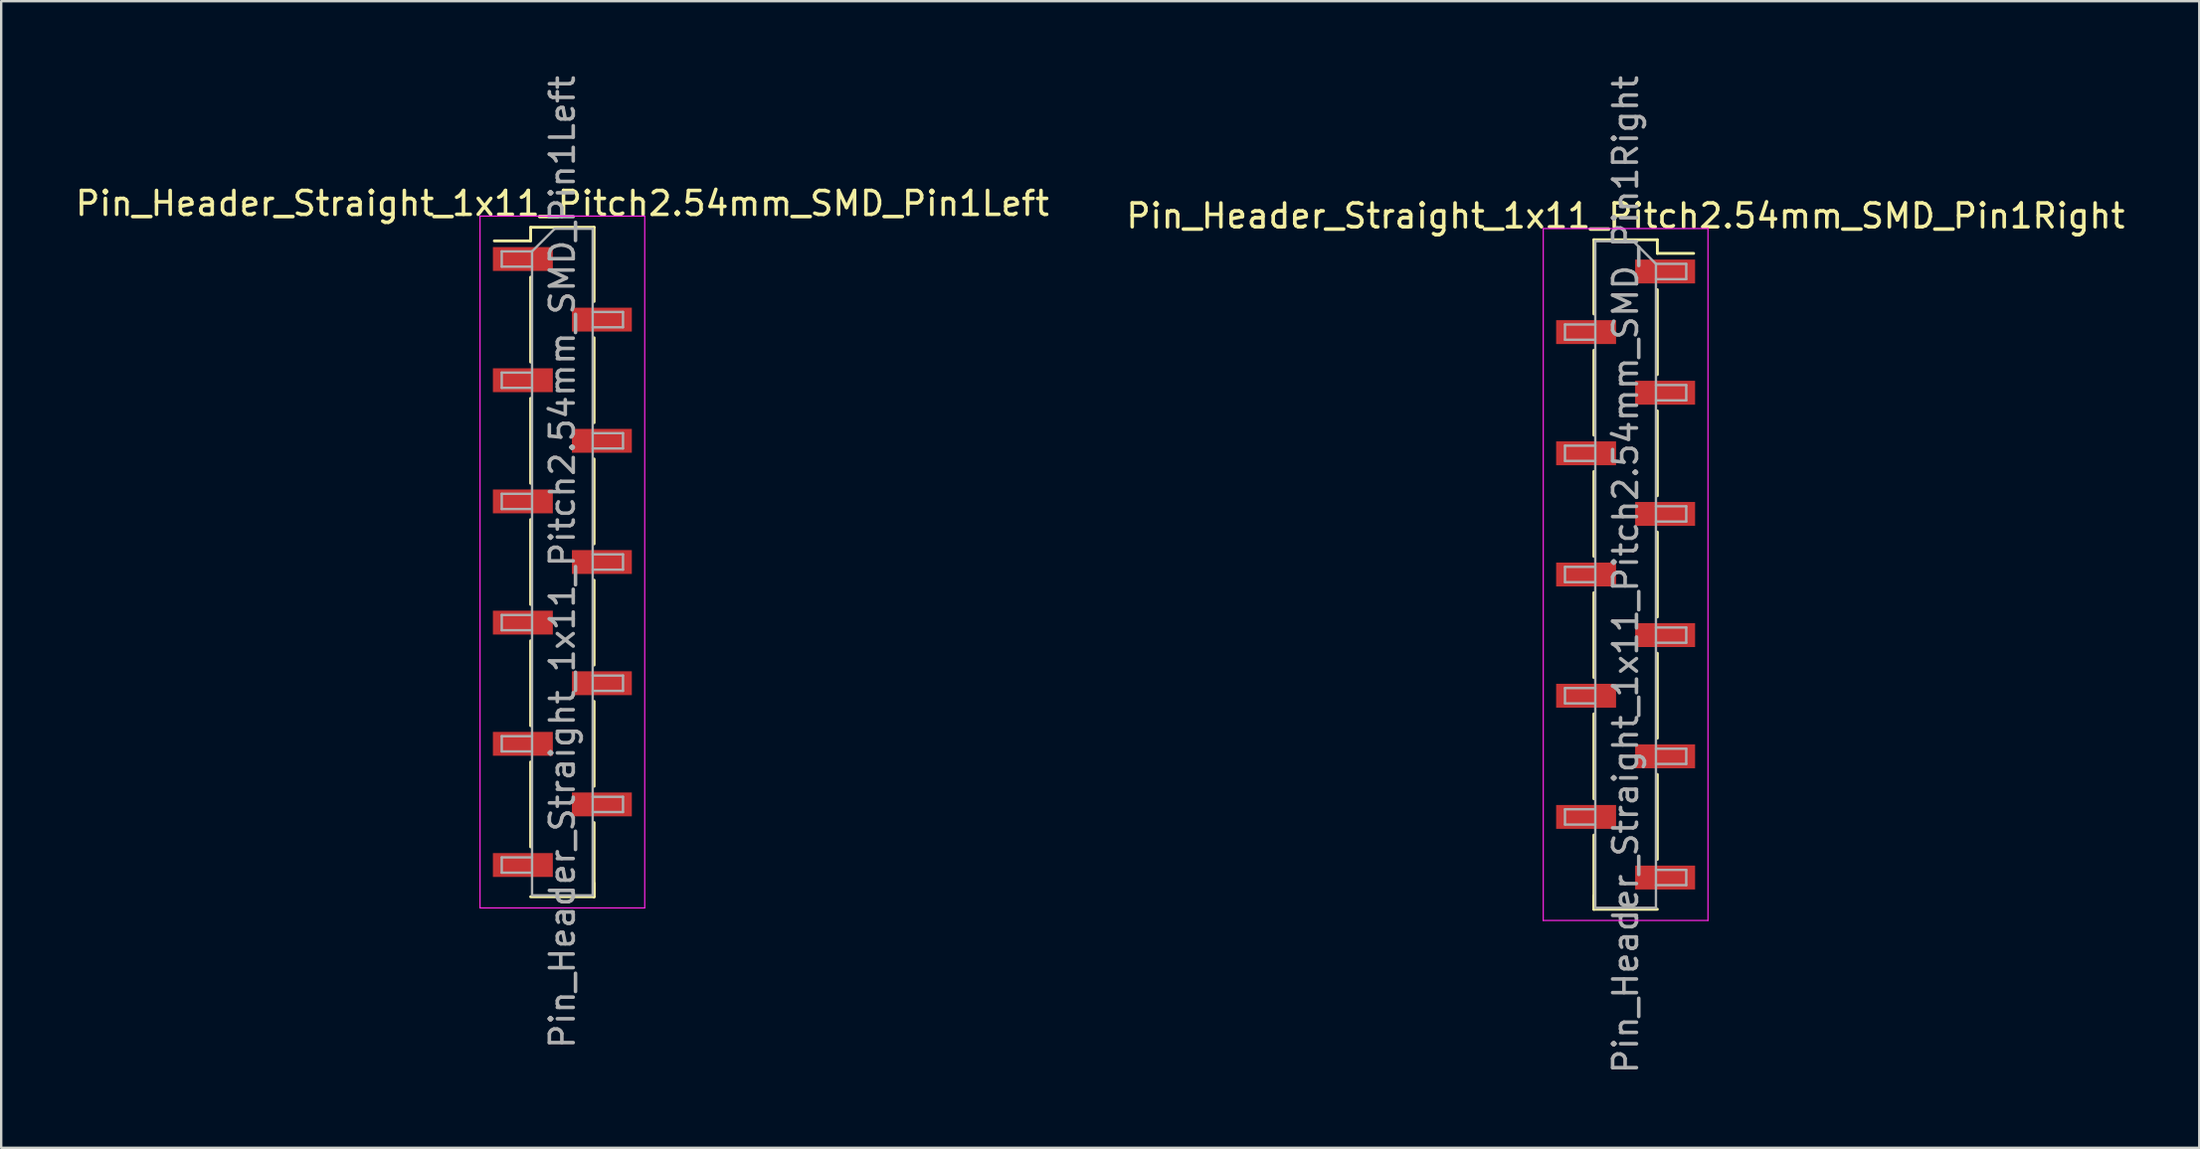
<source format=kicad_pcb>
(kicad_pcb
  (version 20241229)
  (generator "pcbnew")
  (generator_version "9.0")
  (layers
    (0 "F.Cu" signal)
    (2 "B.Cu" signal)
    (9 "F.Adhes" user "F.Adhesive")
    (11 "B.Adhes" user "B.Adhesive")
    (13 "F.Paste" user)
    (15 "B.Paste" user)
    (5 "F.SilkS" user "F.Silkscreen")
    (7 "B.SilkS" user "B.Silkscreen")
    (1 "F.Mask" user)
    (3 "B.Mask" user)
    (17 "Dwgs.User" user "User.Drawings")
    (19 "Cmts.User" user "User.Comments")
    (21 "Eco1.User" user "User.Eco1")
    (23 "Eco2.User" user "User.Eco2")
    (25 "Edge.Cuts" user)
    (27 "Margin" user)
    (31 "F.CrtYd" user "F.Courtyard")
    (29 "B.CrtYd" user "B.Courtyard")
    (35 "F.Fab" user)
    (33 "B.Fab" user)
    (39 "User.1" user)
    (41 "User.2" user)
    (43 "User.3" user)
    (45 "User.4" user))
  (footprint "Pin_Header_Straight_1x11_Pitch2.54mm_SMD_Pin1Left"
    (layer "F.Cu")
    (at 20.506 20.506)
    (property "Reference" "Pin_Header_Straight_1x11_Pitch2.54mm_SMD_Pin1Left" (at 0 -15.03 0) (layer "F.SilkS") (effects (font (size 1 1) (thickness 0.15))))
    (attr smd)
    (fp_line (start -1.33 -14.03) (end -1.33 -13.46) (stroke (width 0.12) (type solid)) (layer "F.SilkS"))
    (fp_line (start -1.33 -14.03) (end 1.33 -14.03) (stroke (width 0.12) (type solid)) (layer "F.SilkS"))
    (fp_line (start -1.33 -13.46) (end -2.85 -13.46) (stroke (width 0.12) (type solid)) (layer "F.SilkS"))
    (fp_line (start -1.33 -11.94) (end -1.33 -8.38) (stroke (width 0.12) (type solid)) (layer "F.SilkS"))
    (fp_line (start -1.33 -6.86) (end -1.33 -3.3) (stroke (width 0.12) (type solid)) (layer "F.SilkS"))
    (fp_line (start -1.33 -1.78) (end -1.33 1.78) (stroke (width 0.12) (type solid)) (layer "F.SilkS"))
    (fp_line (start -1.33 3.3) (end -1.33 6.86) (stroke (width 0.12) (type solid)) (layer "F.SilkS"))
    (fp_line (start -1.33 8.38) (end -1.33 11.94) (stroke (width 0.12) (type solid)) (layer "F.SilkS"))
    (fp_line (start -1.33 14.03) (end 1.33 14.03) (stroke (width 0.12) (type solid)) (layer "F.SilkS"))
    (fp_line (start 1.33 -14.03) (end 1.33 -10.92) (stroke (width 0.12) (type solid)) (layer "F.SilkS"))
    (fp_line (start 1.33 -9.4) (end 1.33 -5.84) (stroke (width 0.12) (type solid)) (layer "F.SilkS"))
    (fp_line (start 1.33 -4.32) (end 1.33 -0.76) (stroke (width 0.12) (type solid)) (layer "F.SilkS"))
    (fp_line (start 1.33 0.76) (end 1.33 4.32) (stroke (width 0.12) (type solid)) (layer "F.SilkS"))
    (fp_line (start 1.33 5.84) (end 1.33 9.4) (stroke (width 0.12) (type solid)) (layer "F.SilkS"))
    (fp_line (start 1.33 10.92) (end 1.33 14.03) (stroke (width 0.12) (type solid)) (layer "F.SilkS"))
    (fp_line (start 1.33 13.46) (end 1.33 14.03) (stroke (width 0.12) (type solid)) (layer "F.SilkS"))
    (fp_line (start -3.45 -14.5) (end -3.45 14.5) (stroke (width 0.05) (type solid)) (layer "F.CrtYd"))
    (fp_line (start -3.45 14.5) (end 3.45 14.5) (stroke (width 0.05) (type solid)) (layer "F.CrtYd"))
    (fp_line (start 3.45 -14.5) (end -3.45 -14.5) (stroke (width 0.05) (type solid)) (layer "F.CrtYd"))
    (fp_line (start 3.45 14.5) (end 3.45 -14.5) (stroke (width 0.05) (type solid)) (layer "F.CrtYd"))
    (fp_line (start -2.54 -13.02) (end -2.54 -12.38) (stroke (width 0.1) (type solid)) (layer "F.Fab"))
    (fp_line (start -2.54 -12.38) (end -1.27 -12.38) (stroke (width 0.1) (type solid)) (layer "F.Fab"))
    (fp_line (start -2.54 -7.94) (end -2.54 -7.3) (stroke (width 0.1) (type solid)) (layer "F.Fab"))
    (fp_line (start -2.54 -7.3) (end -1.27 -7.3) (stroke (width 0.1) (type solid)) (layer "F.Fab"))
    (fp_line (start -2.54 -2.86) (end -2.54 -2.22) (stroke (width 0.1) (type solid)) (layer "F.Fab"))
    (fp_line (start -2.54 -2.22) (end -1.27 -2.22) (stroke (width 0.1) (type solid)) (layer "F.Fab"))
    (fp_line (start -2.54 2.22) (end -2.54 2.86) (stroke (width 0.1) (type solid)) (layer "F.Fab"))
    (fp_line (start -2.54 2.86) (end -1.27 2.86) (stroke (width 0.1) (type solid)) (layer "F.Fab"))
    (fp_line (start -2.54 7.3) (end -2.54 7.94) (stroke (width 0.1) (type solid)) (layer "F.Fab"))
    (fp_line (start -2.54 7.94) (end -1.27 7.94) (stroke (width 0.1) (type solid)) (layer "F.Fab"))
    (fp_line (start -2.54 12.38) (end -2.54 13.02) (stroke (width 0.1) (type solid)) (layer "F.Fab"))
    (fp_line (start -2.54 13.02) (end -1.27 13.02) (stroke (width 0.1) (type solid)) (layer "F.Fab"))
    (fp_line (start -1.27 -13.02) (end -2.54 -13.02) (stroke (width 0.1) (type solid)) (layer "F.Fab"))
    (fp_line (start -1.27 -13.02) (end -0.32 -13.97) (stroke (width 0.1) (type solid)) (layer "F.Fab"))
    (fp_line (start -1.27 -7.94) (end -2.54 -7.94) (stroke (width 0.1) (type solid)) (layer "F.Fab"))
    (fp_line (start -1.27 -2.86) (end -2.54 -2.86) (stroke (width 0.1) (type solid)) (layer "F.Fab"))
    (fp_line (start -1.27 2.22) (end -2.54 2.22) (stroke (width 0.1) (type solid)) (layer "F.Fab"))
    (fp_line (start -1.27 7.3) (end -2.54 7.3) (stroke (width 0.1) (type solid)) (layer "F.Fab"))
    (fp_line (start -1.27 12.38) (end -2.54 12.38) (stroke (width 0.1) (type solid)) (layer "F.Fab"))
    (fp_line (start -1.27 13.97) (end -1.27 -13.02) (stroke (width 0.1) (type solid)) (layer "F.Fab"))
    (fp_line (start -0.32 -13.97) (end 1.27 -13.97) (stroke (width 0.1) (type solid)) (layer "F.Fab"))
    (fp_line (start 1.27 -13.97) (end 1.27 13.97) (stroke (width 0.1) (type solid)) (layer "F.Fab"))
    (fp_line (start 1.27 -10.48) (end 2.54 -10.48) (stroke (width 0.1) (type solid)) (layer "F.Fab"))
    (fp_line (start 1.27 -5.4) (end 2.54 -5.4) (stroke (width 0.1) (type solid)) (layer "F.Fab"))
    (fp_line (start 1.27 -0.32) (end 2.54 -0.32) (stroke (width 0.1) (type solid)) (layer "F.Fab"))
    (fp_line (start 1.27 4.76) (end 2.54 4.76) (stroke (width 0.1) (type solid)) (layer "F.Fab"))
    (fp_line (start 1.27 9.84) (end 2.54 9.84) (stroke (width 0.1) (type solid)) (layer "F.Fab"))
    (fp_line (start 1.27 13.97) (end -1.27 13.97) (stroke (width 0.1) (type solid)) (layer "F.Fab"))
    (fp_line (start 2.54 -10.48) (end 2.54 -9.84) (stroke (width 0.1) (type solid)) (layer "F.Fab"))
    (fp_line (start 2.54 -9.84) (end 1.27 -9.84) (stroke (width 0.1) (type solid)) (layer "F.Fab"))
    (fp_line (start 2.54 -5.4) (end 2.54 -4.76) (stroke (width 0.1) (type solid)) (layer "F.Fab"))
    (fp_line (start 2.54 -4.76) (end 1.27 -4.76) (stroke (width 0.1) (type solid)) (layer "F.Fab"))
    (fp_line (start 2.54 -0.32) (end 2.54 0.32) (stroke (width 0.1) (type solid)) (layer "F.Fab"))
    (fp_line (start 2.54 0.32) (end 1.27 0.32) (stroke (width 0.1) (type solid)) (layer "F.Fab"))
    (fp_line (start 2.54 4.76) (end 2.54 5.4) (stroke (width 0.1) (type solid)) (layer "F.Fab"))
    (fp_line (start 2.54 5.4) (end 1.27 5.4) (stroke (width 0.1) (type solid)) (layer "F.Fab"))
    (fp_line (start 2.54 9.84) (end 2.54 10.48) (stroke (width 0.1) (type solid)) (layer "F.Fab"))
    (fp_line (start 2.54 10.48) (end 1.27 10.48) (stroke (width 0.1) (type solid)) (layer "F.Fab"))
    (fp_text user "${REFERENCE}" (at 0 0 90) (layer "F.Fab") (effects (font (size 1 1) (thickness 0.15))))
    (pad "1" smd rect (at -1.655 -12.7) (size 2.51 1) (layers "F.Cu" "F.Mask" "F.Paste"))
    (pad "2" smd rect (at 1.655 -10.16) (size 2.51 1) (layers "F.Cu" "F.Mask" "F.Paste"))
    (pad "3" smd rect (at -1.655 -7.62) (size 2.51 1) (layers "F.Cu" "F.Mask" "F.Paste"))
    (pad "4" smd rect (at 1.655 -5.08) (size 2.51 1) (layers "F.Cu" "F.Mask" "F.Paste"))
    (pad "5" smd rect (at -1.655 -2.54) (size 2.51 1) (layers "F.Cu" "F.Mask" "F.Paste"))
    (pad "6" smd rect (at 1.655 0) (size 2.51 1) (layers "F.Cu" "F.Mask" "F.Paste"))
    (pad "7" smd rect (at -1.655 2.54) (size 2.51 1) (layers "F.Cu" "F.Mask" "F.Paste"))
    (pad "8" smd rect (at 1.655 5.08) (size 2.51 1) (layers "F.Cu" "F.Mask" "F.Paste"))
    (pad "9" smd rect (at -1.655 7.62) (size 2.51 1) (layers "F.Cu" "F.Mask" "F.Paste"))
    (pad "10" smd rect (at 1.655 10.16) (size 2.51 1) (layers "F.Cu" "F.Mask" "F.Paste"))
    (pad "11" smd rect (at -1.655 12.7) (size 2.51 1) (layers "F.Cu" "F.Mask" "F.Paste")))
  (footprint "Pin_Header_Straight_1x11_Pitch2.54mm_SMD_Pin1Right"
    (layer "F.Cu")
    (at 65.042 21.03)
    (property "Reference" "Pin_Header_Straight_1x11_Pitch2.54mm_SMD_Pin1Right" (at 0 -15.03 0) (layer "F.SilkS") (effects (font (size 1 1) (thickness 0.15))))
    (attr smd)
    (fp_line (start -1.33 -14.03) (end -1.33 -10.92) (stroke (width 0.12) (type solid)) (layer "F.SilkS"))
    (fp_line (start -1.33 -14.03) (end 1.33 -14.03) (stroke (width 0.12) (type solid)) (layer "F.SilkS"))
    (fp_line (start -1.33 -9.4) (end -1.33 -5.84) (stroke (width 0.12) (type solid)) (layer "F.SilkS"))
    (fp_line (start -1.33 -4.32) (end -1.33 -0.76) (stroke (width 0.12) (type solid)) (layer "F.SilkS"))
    (fp_line (start -1.33 0.76) (end -1.33 4.32) (stroke (width 0.12) (type solid)) (layer "F.SilkS"))
    (fp_line (start -1.33 5.84) (end -1.33 9.4) (stroke (width 0.12) (type solid)) (layer "F.SilkS"))
    (fp_line (start -1.33 10.92) (end -1.33 14.03) (stroke (width 0.12) (type solid)) (layer "F.SilkS"))
    (fp_line (start -1.33 13.46) (end -1.33 14.03) (stroke (width 0.12) (type solid)) (layer "F.SilkS"))
    (fp_line (start -1.33 14.03) (end 1.33 14.03) (stroke (width 0.12) (type solid)) (layer "F.SilkS"))
    (fp_line (start 1.33 -14.03) (end 1.33 -13.46) (stroke (width 0.12) (type solid)) (layer "F.SilkS"))
    (fp_line (start 1.33 -13.46) (end 2.85 -13.46) (stroke (width 0.12) (type solid)) (layer "F.SilkS"))
    (fp_line (start 1.33 -11.94) (end 1.33 -8.38) (stroke (width 0.12) (type solid)) (layer "F.SilkS"))
    (fp_line (start 1.33 -6.86) (end 1.33 -3.3) (stroke (width 0.12) (type solid)) (layer "F.SilkS"))
    (fp_line (start 1.33 -1.78) (end 1.33 1.78) (stroke (width 0.12) (type solid)) (layer "F.SilkS"))
    (fp_line (start 1.33 3.3) (end 1.33 6.86) (stroke (width 0.12) (type solid)) (layer "F.SilkS"))
    (fp_line (start 1.33 8.38) (end 1.33 11.94) (stroke (width 0.12) (type solid)) (layer "F.SilkS"))
    (fp_line (start -3.45 -14.5) (end -3.45 14.5) (stroke (width 0.05) (type solid)) (layer "F.CrtYd"))
    (fp_line (start -3.45 14.5) (end 3.45 14.5) (stroke (width 0.05) (type solid)) (layer "F.CrtYd"))
    (fp_line (start 3.45 -14.5) (end -3.45 -14.5) (stroke (width 0.05) (type solid)) (layer "F.CrtYd"))
    (fp_line (start 3.45 14.5) (end 3.45 -14.5) (stroke (width 0.05) (type solid)) (layer "F.CrtYd"))
    (fp_line (start -2.54 -10.48) (end -2.54 -9.84) (stroke (width 0.1) (type solid)) (layer "F.Fab"))
    (fp_line (start -2.54 -9.84) (end -1.27 -9.84) (stroke (width 0.1) (type solid)) (layer "F.Fab"))
    (fp_line (start -2.54 -5.4) (end -2.54 -4.76) (stroke (width 0.1) (type solid)) (layer "F.Fab"))
    (fp_line (start -2.54 -4.76) (end -1.27 -4.76) (stroke (width 0.1) (type solid)) (layer "F.Fab"))
    (fp_line (start -2.54 -0.32) (end -2.54 0.32) (stroke (width 0.1) (type solid)) (layer "F.Fab"))
    (fp_line (start -2.54 0.32) (end -1.27 0.32) (stroke (width 0.1) (type solid)) (layer "F.Fab"))
    (fp_line (start -2.54 4.76) (end -2.54 5.4) (stroke (width 0.1) (type solid)) (layer "F.Fab"))
    (fp_line (start -2.54 5.4) (end -1.27 5.4) (stroke (width 0.1) (type solid)) (layer "F.Fab"))
    (fp_line (start -2.54 9.84) (end -2.54 10.48) (stroke (width 0.1) (type solid)) (layer "F.Fab"))
    (fp_line (start -2.54 10.48) (end -1.27 10.48) (stroke (width 0.1) (type solid)) (layer "F.Fab"))
    (fp_line (start -1.27 -13.97) (end -1.27 13.97) (stroke (width 0.1) (type solid)) (layer "F.Fab"))
    (fp_line (start -1.27 -13.97) (end 0.32 -13.97) (stroke (width 0.1) (type solid)) (layer "F.Fab"))
    (fp_line (start -1.27 -10.48) (end -2.54 -10.48) (stroke (width 0.1) (type solid)) (layer "F.Fab"))
    (fp_line (start -1.27 -5.4) (end -2.54 -5.4) (stroke (width 0.1) (type solid)) (layer "F.Fab"))
    (fp_line (start -1.27 -0.32) (end -2.54 -0.32) (stroke (width 0.1) (type solid)) (layer "F.Fab"))
    (fp_line (start -1.27 4.76) (end -2.54 4.76) (stroke (width 0.1) (type solid)) (layer "F.Fab"))
    (fp_line (start -1.27 9.84) (end -2.54 9.84) (stroke (width 0.1) (type solid)) (layer "F.Fab"))
    (fp_line (start 1.27 -13.02) (end 0.32 -13.97) (stroke (width 0.1) (type solid)) (layer "F.Fab"))
    (fp_line (start 1.27 -13.02) (end 2.54 -13.02) (stroke (width 0.1) (type solid)) (layer "F.Fab"))
    (fp_line (start 1.27 -7.94) (end 2.54 -7.94) (stroke (width 0.1) (type solid)) (layer "F.Fab"))
    (fp_line (start 1.27 -2.86) (end 2.54 -2.86) (stroke (width 0.1) (type solid)) (layer "F.Fab"))
    (fp_line (start 1.27 2.22) (end 2.54 2.22) (stroke (width 0.1) (type solid)) (layer "F.Fab"))
    (fp_line (start 1.27 7.3) (end 2.54 7.3) (stroke (width 0.1) (type solid)) (layer "F.Fab"))
    (fp_line (start 1.27 12.38) (end 2.54 12.38) (stroke (width 0.1) (type solid)) (layer "F.Fab"))
    (fp_line (start 1.27 13.97) (end -1.27 13.97) (stroke (width 0.1) (type solid)) (layer "F.Fab"))
    (fp_line (start 1.27 13.97) (end 1.27 -13.02) (stroke (width 0.1) (type solid)) (layer "F.Fab"))
    (fp_line (start 2.54 -13.02) (end 2.54 -12.38) (stroke (width 0.1) (type solid)) (layer "F.Fab"))
    (fp_line (start 2.54 -12.38) (end 1.27 -12.38) (stroke (width 0.1) (type solid)) (layer "F.Fab"))
    (fp_line (start 2.54 -7.94) (end 2.54 -7.3) (stroke (width 0.1) (type solid)) (layer "F.Fab"))
    (fp_line (start 2.54 -7.3) (end 1.27 -7.3) (stroke (width 0.1) (type solid)) (layer "F.Fab"))
    (fp_line (start 2.54 -2.86) (end 2.54 -2.22) (stroke (width 0.1) (type solid)) (layer "F.Fab"))
    (fp_line (start 2.54 -2.22) (end 1.27 -2.22) (stroke (width 0.1) (type solid)) (layer "F.Fab"))
    (fp_line (start 2.54 2.22) (end 2.54 2.86) (stroke (width 0.1) (type solid)) (layer "F.Fab"))
    (fp_line (start 2.54 2.86) (end 1.27 2.86) (stroke (width 0.1) (type solid)) (layer "F.Fab"))
    (fp_line (start 2.54 7.3) (end 2.54 7.94) (stroke (width 0.1) (type solid)) (layer "F.Fab"))
    (fp_line (start 2.54 7.94) (end 1.27 7.94) (stroke (width 0.1) (type solid)) (layer "F.Fab"))
    (fp_line (start 2.54 12.38) (end 2.54 13.02) (stroke (width 0.1) (type solid)) (layer "F.Fab"))
    (fp_line (start 2.54 13.02) (end 1.27 13.02) (stroke (width 0.1) (type solid)) (layer "F.Fab"))
    (fp_text user "${REFERENCE}" (at 0 0 90) (layer "F.Fab") (effects (font (size 1 1) (thickness 0.15))))
    (pad "1" smd rect (at 1.655 -12.7) (size 2.51 1) (layers "F.Cu" "F.Mask" "F.Paste"))
    (pad "2" smd rect (at -1.655 -10.16) (size 2.51 1) (layers "F.Cu" "F.Mask" "F.Paste"))
    (pad "3" smd rect (at 1.655 -7.62) (size 2.51 1) (layers "F.Cu" "F.Mask" "F.Paste"))
    (pad "4" smd rect (at -1.655 -5.08) (size 2.51 1) (layers "F.Cu" "F.Mask" "F.Paste"))
    (pad "5" smd rect (at 1.655 -2.54) (size 2.51 1) (layers "F.Cu" "F.Mask" "F.Paste"))
    (pad "6" smd rect (at -1.655 0) (size 2.51 1) (layers "F.Cu" "F.Mask" "F.Paste"))
    (pad "7" smd rect (at 1.655 2.54) (size 2.51 1) (layers "F.Cu" "F.Mask" "F.Paste"))
    (pad "8" smd rect (at -1.655 5.08) (size 2.51 1) (layers "F.Cu" "F.Mask" "F.Paste"))
    (pad "9" smd rect (at 1.655 7.62) (size 2.51 1) (layers "F.Cu" "F.Mask" "F.Paste"))
    (pad "10" smd rect (at -1.655 10.16) (size 2.51 1) (layers "F.Cu" "F.Mask" "F.Paste"))
    (pad "11" smd rect (at 1.655 12.7) (size 2.51 1) (layers "F.Cu" "F.Mask" "F.Paste")))
  (gr_rect
    (start -3 -3)
    (end 89.071 45.06)
    (stroke (width 0.1) (type default))
    (fill no)
    (layer "Edge.Cuts")))
</source>
